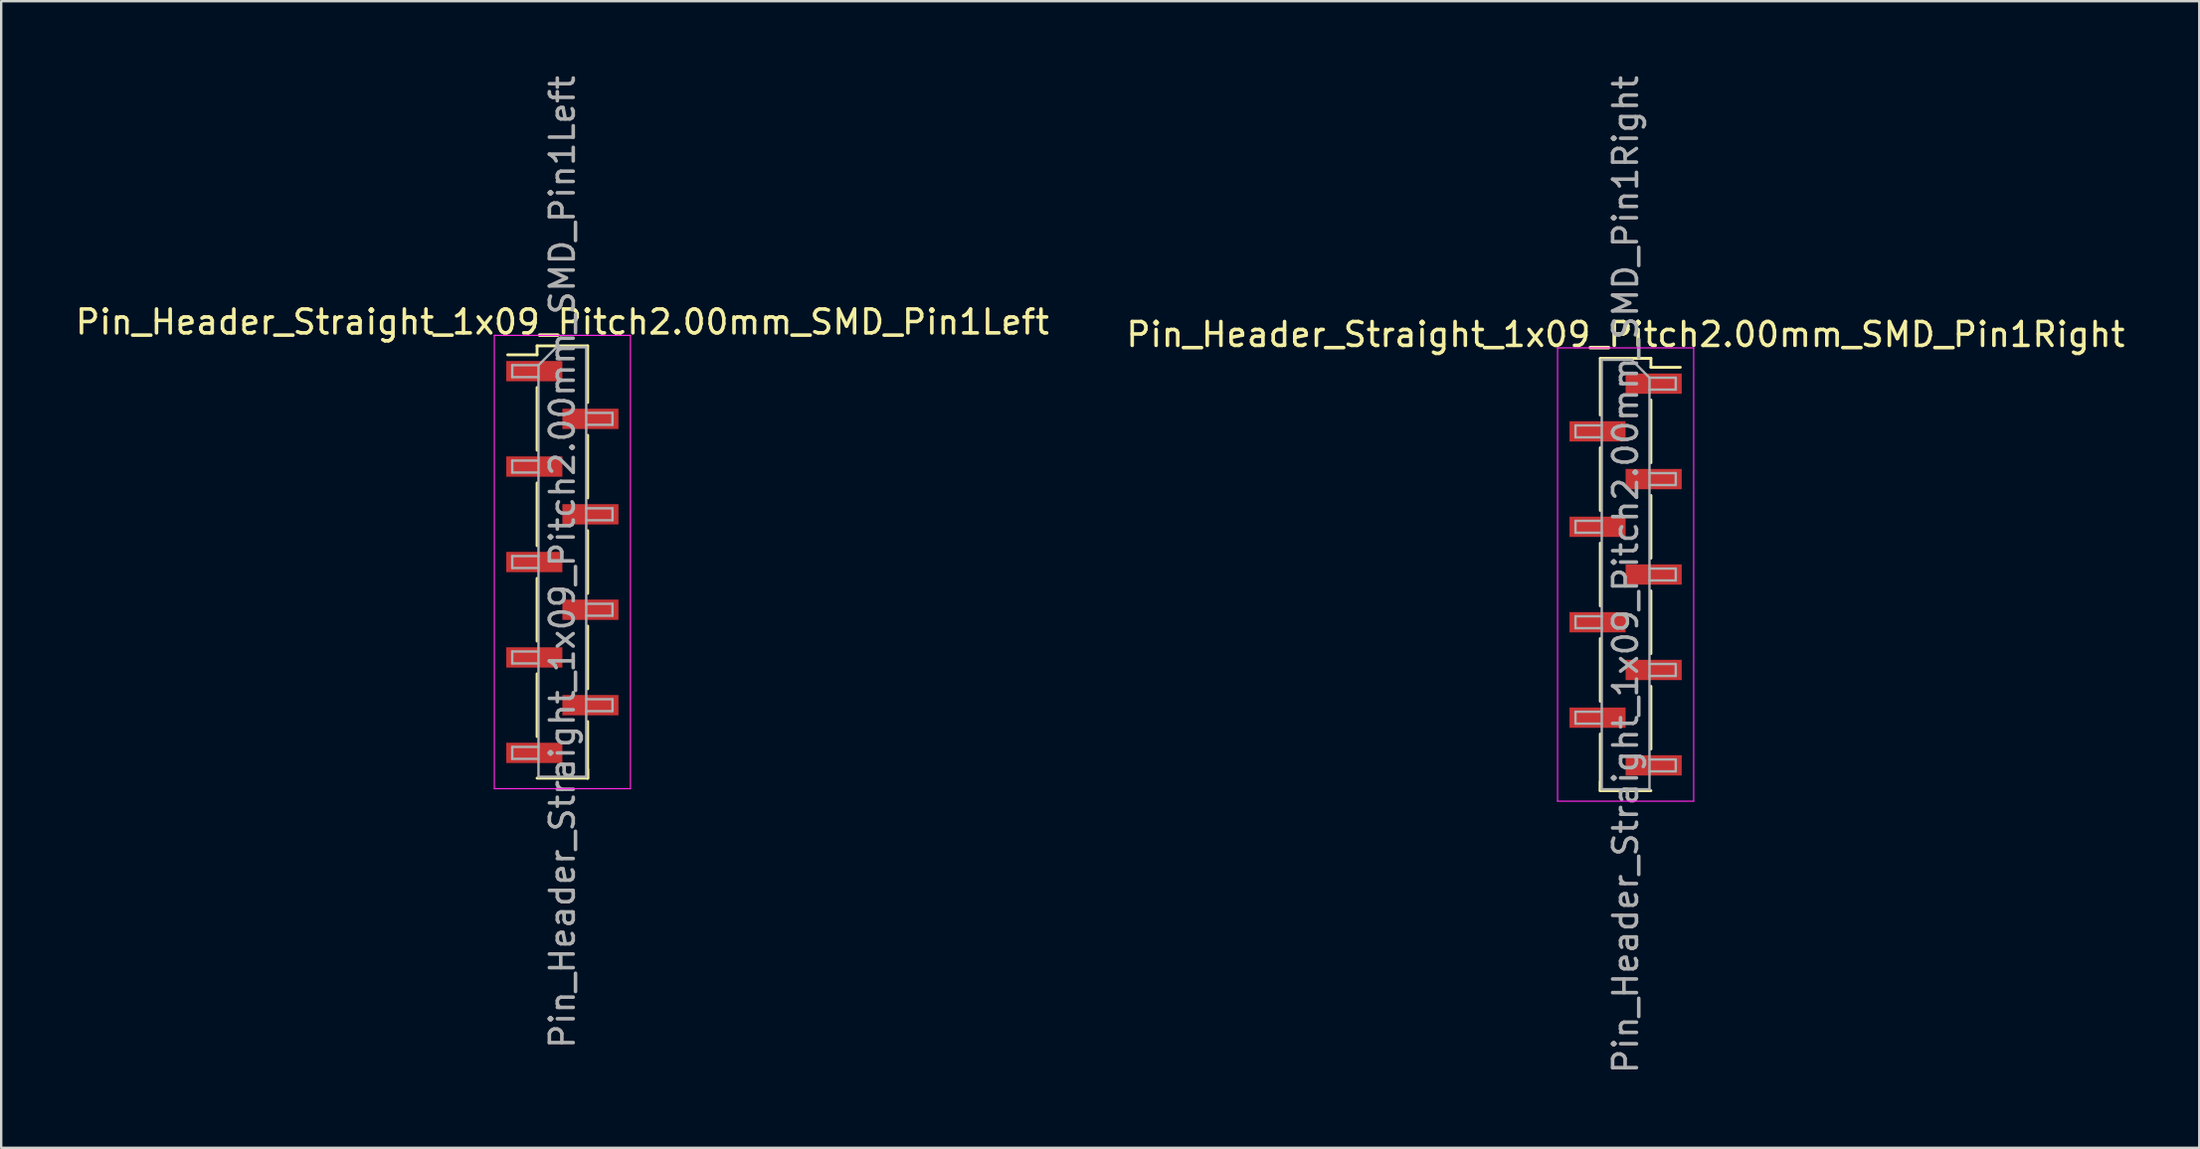
<source format=kicad_pcb>
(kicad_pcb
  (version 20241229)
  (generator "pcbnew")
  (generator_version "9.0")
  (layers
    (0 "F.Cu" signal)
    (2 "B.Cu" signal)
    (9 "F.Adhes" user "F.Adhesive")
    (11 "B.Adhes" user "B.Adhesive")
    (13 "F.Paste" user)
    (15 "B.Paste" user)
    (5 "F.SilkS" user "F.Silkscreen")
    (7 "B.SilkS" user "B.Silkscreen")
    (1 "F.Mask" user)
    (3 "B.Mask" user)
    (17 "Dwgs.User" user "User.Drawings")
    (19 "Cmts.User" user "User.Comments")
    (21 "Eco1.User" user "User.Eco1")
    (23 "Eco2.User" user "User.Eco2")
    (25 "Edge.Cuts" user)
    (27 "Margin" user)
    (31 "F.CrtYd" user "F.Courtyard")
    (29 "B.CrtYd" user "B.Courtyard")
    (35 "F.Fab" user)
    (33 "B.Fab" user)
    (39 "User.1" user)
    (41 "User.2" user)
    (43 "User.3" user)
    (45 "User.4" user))
  (footprint "Pin_Header_Straight_1x09_Pitch2.00mm_SMD_Pin1Right"
    (layer "F.Cu")
    (at 65.042 21.03)
    (property "Reference" "Pin_Header_Straight_1x09_Pitch2.00mm_SMD_Pin1Right" (at 0 -10.06 0) (layer "F.SilkS") (effects (font (size 1 1) (thickness 0.15))))
    (attr smd)
    (fp_line (start -1.06 -9.06) (end -1.06 -6.685) (stroke (width 0.12) (type solid)) (layer "F.SilkS"))
    (fp_line (start -1.06 -9.06) (end 1.06 -9.06) (stroke (width 0.12) (type solid)) (layer "F.SilkS"))
    (fp_line (start -1.06 -5.315) (end -1.06 -2.685) (stroke (width 0.12) (type solid)) (layer "F.SilkS"))
    (fp_line (start -1.06 -1.315) (end -1.06 1.315) (stroke (width 0.12) (type solid)) (layer "F.SilkS"))
    (fp_line (start -1.06 2.685) (end -1.06 5.315) (stroke (width 0.12) (type solid)) (layer "F.SilkS"))
    (fp_line (start -1.06 6.685) (end -1.06 9.06) (stroke (width 0.12) (type solid)) (layer "F.SilkS"))
    (fp_line (start -1.06 8.685) (end -1.06 9.06) (stroke (width 0.12) (type solid)) (layer "F.SilkS"))
    (fp_line (start -1.06 9.06) (end 1.06 9.06) (stroke (width 0.12) (type solid)) (layer "F.SilkS"))
    (fp_line (start 1.06 -9.06) (end 1.06 -8.685) (stroke (width 0.12) (type solid)) (layer "F.SilkS"))
    (fp_line (start 1.06 -8.685) (end 2.29 -8.685) (stroke (width 0.12) (type solid)) (layer "F.SilkS"))
    (fp_line (start 1.06 -7.315) (end 1.06 -4.685) (stroke (width 0.12) (type solid)) (layer "F.SilkS"))
    (fp_line (start 1.06 -3.315) (end 1.06 -0.685) (stroke (width 0.12) (type solid)) (layer "F.SilkS"))
    (fp_line (start 1.06 0.685) (end 1.06 3.315) (stroke (width 0.12) (type solid)) (layer "F.SilkS"))
    (fp_line (start 1.06 4.685) (end 1.06 7.315) (stroke (width 0.12) (type solid)) (layer "F.SilkS"))
    (fp_line (start -2.85 -9.5) (end -2.85 9.5) (stroke (width 0.05) (type solid)) (layer "F.CrtYd"))
    (fp_line (start -2.85 9.5) (end 2.85 9.5) (stroke (width 0.05) (type solid)) (layer "F.CrtYd"))
    (fp_line (start 2.85 -9.5) (end -2.85 -9.5) (stroke (width 0.05) (type solid)) (layer "F.CrtYd"))
    (fp_line (start 2.85 9.5) (end 2.85 -9.5) (stroke (width 0.05) (type solid)) (layer "F.CrtYd"))
    (fp_line (start -2.1 -6.25) (end -2.1 -5.75) (stroke (width 0.1) (type solid)) (layer "F.Fab"))
    (fp_line (start -2.1 -5.75) (end -1 -5.75) (stroke (width 0.1) (type solid)) (layer "F.Fab"))
    (fp_line (start -2.1 -2.25) (end -2.1 -1.75) (stroke (width 0.1) (type solid)) (layer "F.Fab"))
    (fp_line (start -2.1 -1.75) (end -1 -1.75) (stroke (width 0.1) (type solid)) (layer "F.Fab"))
    (fp_line (start -2.1 1.75) (end -2.1 2.25) (stroke (width 0.1) (type solid)) (layer "F.Fab"))
    (fp_line (start -2.1 2.25) (end -1 2.25) (stroke (width 0.1) (type solid)) (layer "F.Fab"))
    (fp_line (start -2.1 5.75) (end -2.1 6.25) (stroke (width 0.1) (type solid)) (layer "F.Fab"))
    (fp_line (start -2.1 6.25) (end -1 6.25) (stroke (width 0.1) (type solid)) (layer "F.Fab"))
    (fp_line (start -1 -9) (end -1 9) (stroke (width 0.1) (type solid)) (layer "F.Fab"))
    (fp_line (start -1 -9) (end 0.25 -9) (stroke (width 0.1) (type solid)) (layer "F.Fab"))
    (fp_line (start -1 -6.25) (end -2.1 -6.25) (stroke (width 0.1) (type solid)) (layer "F.Fab"))
    (fp_line (start -1 -2.25) (end -2.1 -2.25) (stroke (width 0.1) (type solid)) (layer "F.Fab"))
    (fp_line (start -1 1.75) (end -2.1 1.75) (stroke (width 0.1) (type solid)) (layer "F.Fab"))
    (fp_line (start -1 5.75) (end -2.1 5.75) (stroke (width 0.1) (type solid)) (layer "F.Fab"))
    (fp_line (start 1 -8.25) (end 0.25 -9) (stroke (width 0.1) (type solid)) (layer "F.Fab"))
    (fp_line (start 1 -8.25) (end 2.1 -8.25) (stroke (width 0.1) (type solid)) (layer "F.Fab"))
    (fp_line (start 1 -4.25) (end 2.1 -4.25) (stroke (width 0.1) (type solid)) (layer "F.Fab"))
    (fp_line (start 1 -0.25) (end 2.1 -0.25) (stroke (width 0.1) (type solid)) (layer "F.Fab"))
    (fp_line (start 1 3.75) (end 2.1 3.75) (stroke (width 0.1) (type solid)) (layer "F.Fab"))
    (fp_line (start 1 7.75) (end 2.1 7.75) (stroke (width 0.1) (type solid)) (layer "F.Fab"))
    (fp_line (start 1 9) (end -1 9) (stroke (width 0.1) (type solid)) (layer "F.Fab"))
    (fp_line (start 1 9) (end 1 -8.25) (stroke (width 0.1) (type solid)) (layer "F.Fab"))
    (fp_line (start 2.1 -8.25) (end 2.1 -7.75) (stroke (width 0.1) (type solid)) (layer "F.Fab"))
    (fp_line (start 2.1 -7.75) (end 1 -7.75) (stroke (width 0.1) (type solid)) (layer "F.Fab"))
    (fp_line (start 2.1 -4.25) (end 2.1 -3.75) (stroke (width 0.1) (type solid)) (layer "F.Fab"))
    (fp_line (start 2.1 -3.75) (end 1 -3.75) (stroke (width 0.1) (type solid)) (layer "F.Fab"))
    (fp_line (start 2.1 -0.25) (end 2.1 0.25) (stroke (width 0.1) (type solid)) (layer "F.Fab"))
    (fp_line (start 2.1 0.25) (end 1 0.25) (stroke (width 0.1) (type solid)) (layer "F.Fab"))
    (fp_line (start 2.1 3.75) (end 2.1 4.25) (stroke (width 0.1) (type solid)) (layer "F.Fab"))
    (fp_line (start 2.1 4.25) (end 1 4.25) (stroke (width 0.1) (type solid)) (layer "F.Fab"))
    (fp_line (start 2.1 7.75) (end 2.1 8.25) (stroke (width 0.1) (type solid)) (layer "F.Fab"))
    (fp_line (start 2.1 8.25) (end 1 8.25) (stroke (width 0.1) (type solid)) (layer "F.Fab"))
    (fp_text user "${REFERENCE}" (at 0 0 90) (layer "F.Fab") (effects (font (size 1 1) (thickness 0.15))))
    (pad "1" smd rect (at 1.175 -8) (size 2.35 0.85) (layers "F.Cu" "F.Mask" "F.Paste"))
    (pad "2" smd rect (at -1.175 -6) (size 2.35 0.85) (layers "F.Cu" "F.Mask" "F.Paste"))
    (pad "3" smd rect (at 1.175 -4) (size 2.35 0.85) (layers "F.Cu" "F.Mask" "F.Paste"))
    (pad "4" smd rect (at -1.175 -2) (size 2.35 0.85) (layers "F.Cu" "F.Mask" "F.Paste"))
    (pad "5" smd rect (at 1.175 0) (size 2.35 0.85) (layers "F.Cu" "F.Mask" "F.Paste"))
    (pad "6" smd rect (at -1.175 2) (size 2.35 0.85) (layers "F.Cu" "F.Mask" "F.Paste"))
    (pad "7" smd rect (at 1.175 4) (size 2.35 0.85) (layers "F.Cu" "F.Mask" "F.Paste"))
    (pad "8" smd rect (at -1.175 6) (size 2.35 0.85) (layers "F.Cu" "F.Mask" "F.Paste"))
    (pad "9" smd rect (at 1.175 8) (size 2.35 0.85) (layers "F.Cu" "F.Mask" "F.Paste")))
  (footprint "Pin_Header_Straight_1x09_Pitch2.00mm_SMD_Pin1Left"
    (layer "F.Cu")
    (at 20.506 20.506)
    (property "Reference" "Pin_Header_Straight_1x09_Pitch2.00mm_SMD_Pin1Left" (at 0 -10.06 0) (layer "F.SilkS") (effects (font (size 1 1) (thickness 0.15))))
    (attr smd)
    (fp_line (start -1.06 -9.06) (end -1.06 -8.685) (stroke (width 0.12) (type solid)) (layer "F.SilkS"))
    (fp_line (start -1.06 -9.06) (end 1.06 -9.06) (stroke (width 0.12) (type solid)) (layer "F.SilkS"))
    (fp_line (start -1.06 -8.685) (end -2.29 -8.685) (stroke (width 0.12) (type solid)) (layer "F.SilkS"))
    (fp_line (start -1.06 -7.315) (end -1.06 -4.685) (stroke (width 0.12) (type solid)) (layer "F.SilkS"))
    (fp_line (start -1.06 -3.315) (end -1.06 -0.685) (stroke (width 0.12) (type solid)) (layer "F.SilkS"))
    (fp_line (start -1.06 0.685) (end -1.06 3.315) (stroke (width 0.12) (type solid)) (layer "F.SilkS"))
    (fp_line (start -1.06 4.685) (end -1.06 7.315) (stroke (width 0.12) (type solid)) (layer "F.SilkS"))
    (fp_line (start -1.06 9.06) (end 1.06 9.06) (stroke (width 0.12) (type solid)) (layer "F.SilkS"))
    (fp_line (start 1.06 -9.06) (end 1.06 -6.685) (stroke (width 0.12) (type solid)) (layer "F.SilkS"))
    (fp_line (start 1.06 -5.315) (end 1.06 -2.685) (stroke (width 0.12) (type solid)) (layer "F.SilkS"))
    (fp_line (start 1.06 -1.315) (end 1.06 1.315) (stroke (width 0.12) (type solid)) (layer "F.SilkS"))
    (fp_line (start 1.06 2.685) (end 1.06 5.315) (stroke (width 0.12) (type solid)) (layer "F.SilkS"))
    (fp_line (start 1.06 6.685) (end 1.06 9.06) (stroke (width 0.12) (type solid)) (layer "F.SilkS"))
    (fp_line (start 1.06 8.685) (end 1.06 9.06) (stroke (width 0.12) (type solid)) (layer "F.SilkS"))
    (fp_line (start -2.85 -9.5) (end -2.85 9.5) (stroke (width 0.05) (type solid)) (layer "F.CrtYd"))
    (fp_line (start -2.85 9.5) (end 2.85 9.5) (stroke (width 0.05) (type solid)) (layer "F.CrtYd"))
    (fp_line (start 2.85 -9.5) (end -2.85 -9.5) (stroke (width 0.05) (type solid)) (layer "F.CrtYd"))
    (fp_line (start 2.85 9.5) (end 2.85 -9.5) (stroke (width 0.05) (type solid)) (layer "F.CrtYd"))
    (fp_line (start -2.1 -8.25) (end -2.1 -7.75) (stroke (width 0.1) (type solid)) (layer "F.Fab"))
    (fp_line (start -2.1 -7.75) (end -1 -7.75) (stroke (width 0.1) (type solid)) (layer "F.Fab"))
    (fp_line (start -2.1 -4.25) (end -2.1 -3.75) (stroke (width 0.1) (type solid)) (layer "F.Fab"))
    (fp_line (start -2.1 -3.75) (end -1 -3.75) (stroke (width 0.1) (type solid)) (layer "F.Fab"))
    (fp_line (start -2.1 -0.25) (end -2.1 0.25) (stroke (width 0.1) (type solid)) (layer "F.Fab"))
    (fp_line (start -2.1 0.25) (end -1 0.25) (stroke (width 0.1) (type solid)) (layer "F.Fab"))
    (fp_line (start -2.1 3.75) (end -2.1 4.25) (stroke (width 0.1) (type solid)) (layer "F.Fab"))
    (fp_line (start -2.1 4.25) (end -1 4.25) (stroke (width 0.1) (type solid)) (layer "F.Fab"))
    (fp_line (start -2.1 7.75) (end -2.1 8.25) (stroke (width 0.1) (type solid)) (layer "F.Fab"))
    (fp_line (start -2.1 8.25) (end -1 8.25) (stroke (width 0.1) (type solid)) (layer "F.Fab"))
    (fp_line (start -1 -8.25) (end -2.1 -8.25) (stroke (width 0.1) (type solid)) (layer "F.Fab"))
    (fp_line (start -1 -8.25) (end -0.25 -9) (stroke (width 0.1) (type solid)) (layer "F.Fab"))
    (fp_line (start -1 -4.25) (end -2.1 -4.25) (stroke (width 0.1) (type solid)) (layer "F.Fab"))
    (fp_line (start -1 -0.25) (end -2.1 -0.25) (stroke (width 0.1) (type solid)) (layer "F.Fab"))
    (fp_line (start -1 3.75) (end -2.1 3.75) (stroke (width 0.1) (type solid)) (layer "F.Fab"))
    (fp_line (start -1 7.75) (end -2.1 7.75) (stroke (width 0.1) (type solid)) (layer "F.Fab"))
    (fp_line (start -1 9) (end -1 -8.25) (stroke (width 0.1) (type solid)) (layer "F.Fab"))
    (fp_line (start -0.25 -9) (end 1 -9) (stroke (width 0.1) (type solid)) (layer "F.Fab"))
    (fp_line (start 1 -9) (end 1 9) (stroke (width 0.1) (type solid)) (layer "F.Fab"))
    (fp_line (start 1 -6.25) (end 2.1 -6.25) (stroke (width 0.1) (type solid)) (layer "F.Fab"))
    (fp_line (start 1 -2.25) (end 2.1 -2.25) (stroke (width 0.1) (type solid)) (layer "F.Fab"))
    (fp_line (start 1 1.75) (end 2.1 1.75) (stroke (width 0.1) (type solid)) (layer "F.Fab"))
    (fp_line (start 1 5.75) (end 2.1 5.75) (stroke (width 0.1) (type solid)) (layer "F.Fab"))
    (fp_line (start 1 9) (end -1 9) (stroke (width 0.1) (type solid)) (layer "F.Fab"))
    (fp_line (start 2.1 -6.25) (end 2.1 -5.75) (stroke (width 0.1) (type solid)) (layer "F.Fab"))
    (fp_line (start 2.1 -5.75) (end 1 -5.75) (stroke (width 0.1) (type solid)) (layer "F.Fab"))
    (fp_line (start 2.1 -2.25) (end 2.1 -1.75) (stroke (width 0.1) (type solid)) (layer "F.Fab"))
    (fp_line (start 2.1 -1.75) (end 1 -1.75) (stroke (width 0.1) (type solid)) (layer "F.Fab"))
    (fp_line (start 2.1 1.75) (end 2.1 2.25) (stroke (width 0.1) (type solid)) (layer "F.Fab"))
    (fp_line (start 2.1 2.25) (end 1 2.25) (stroke (width 0.1) (type solid)) (layer "F.Fab"))
    (fp_line (start 2.1 5.75) (end 2.1 6.25) (stroke (width 0.1) (type solid)) (layer "F.Fab"))
    (fp_line (start 2.1 6.25) (end 1 6.25) (stroke (width 0.1) (type solid)) (layer "F.Fab"))
    (fp_text user "${REFERENCE}" (at 0 0 90) (layer "F.Fab") (effects (font (size 1 1) (thickness 0.15))))
    (pad "1" smd rect (at -1.175 -8) (size 2.35 0.85) (layers "F.Cu" "F.Mask" "F.Paste"))
    (pad "2" smd rect (at 1.175 -6) (size 2.35 0.85) (layers "F.Cu" "F.Mask" "F.Paste"))
    (pad "3" smd rect (at -1.175 -4) (size 2.35 0.85) (layers "F.Cu" "F.Mask" "F.Paste"))
    (pad "4" smd rect (at 1.175 -2) (size 2.35 0.85) (layers "F.Cu" "F.Mask" "F.Paste"))
    (pad "5" smd rect (at -1.175 0) (size 2.35 0.85) (layers "F.Cu" "F.Mask" "F.Paste"))
    (pad "6" smd rect (at 1.175 2) (size 2.35 0.85) (layers "F.Cu" "F.Mask" "F.Paste"))
    (pad "7" smd rect (at -1.175 4) (size 2.35 0.85) (layers "F.Cu" "F.Mask" "F.Paste"))
    (pad "8" smd rect (at 1.175 6) (size 2.35 0.85) (layers "F.Cu" "F.Mask" "F.Paste"))
    (pad "9" smd rect (at -1.175 8) (size 2.35 0.85) (layers "F.Cu" "F.Mask" "F.Paste")))
  (gr_rect
    (start -3 -3)
    (end 89.071 45.06)
    (stroke (width 0.1) (type default))
    (fill no)
    (layer "Edge.Cuts")))
</source>
